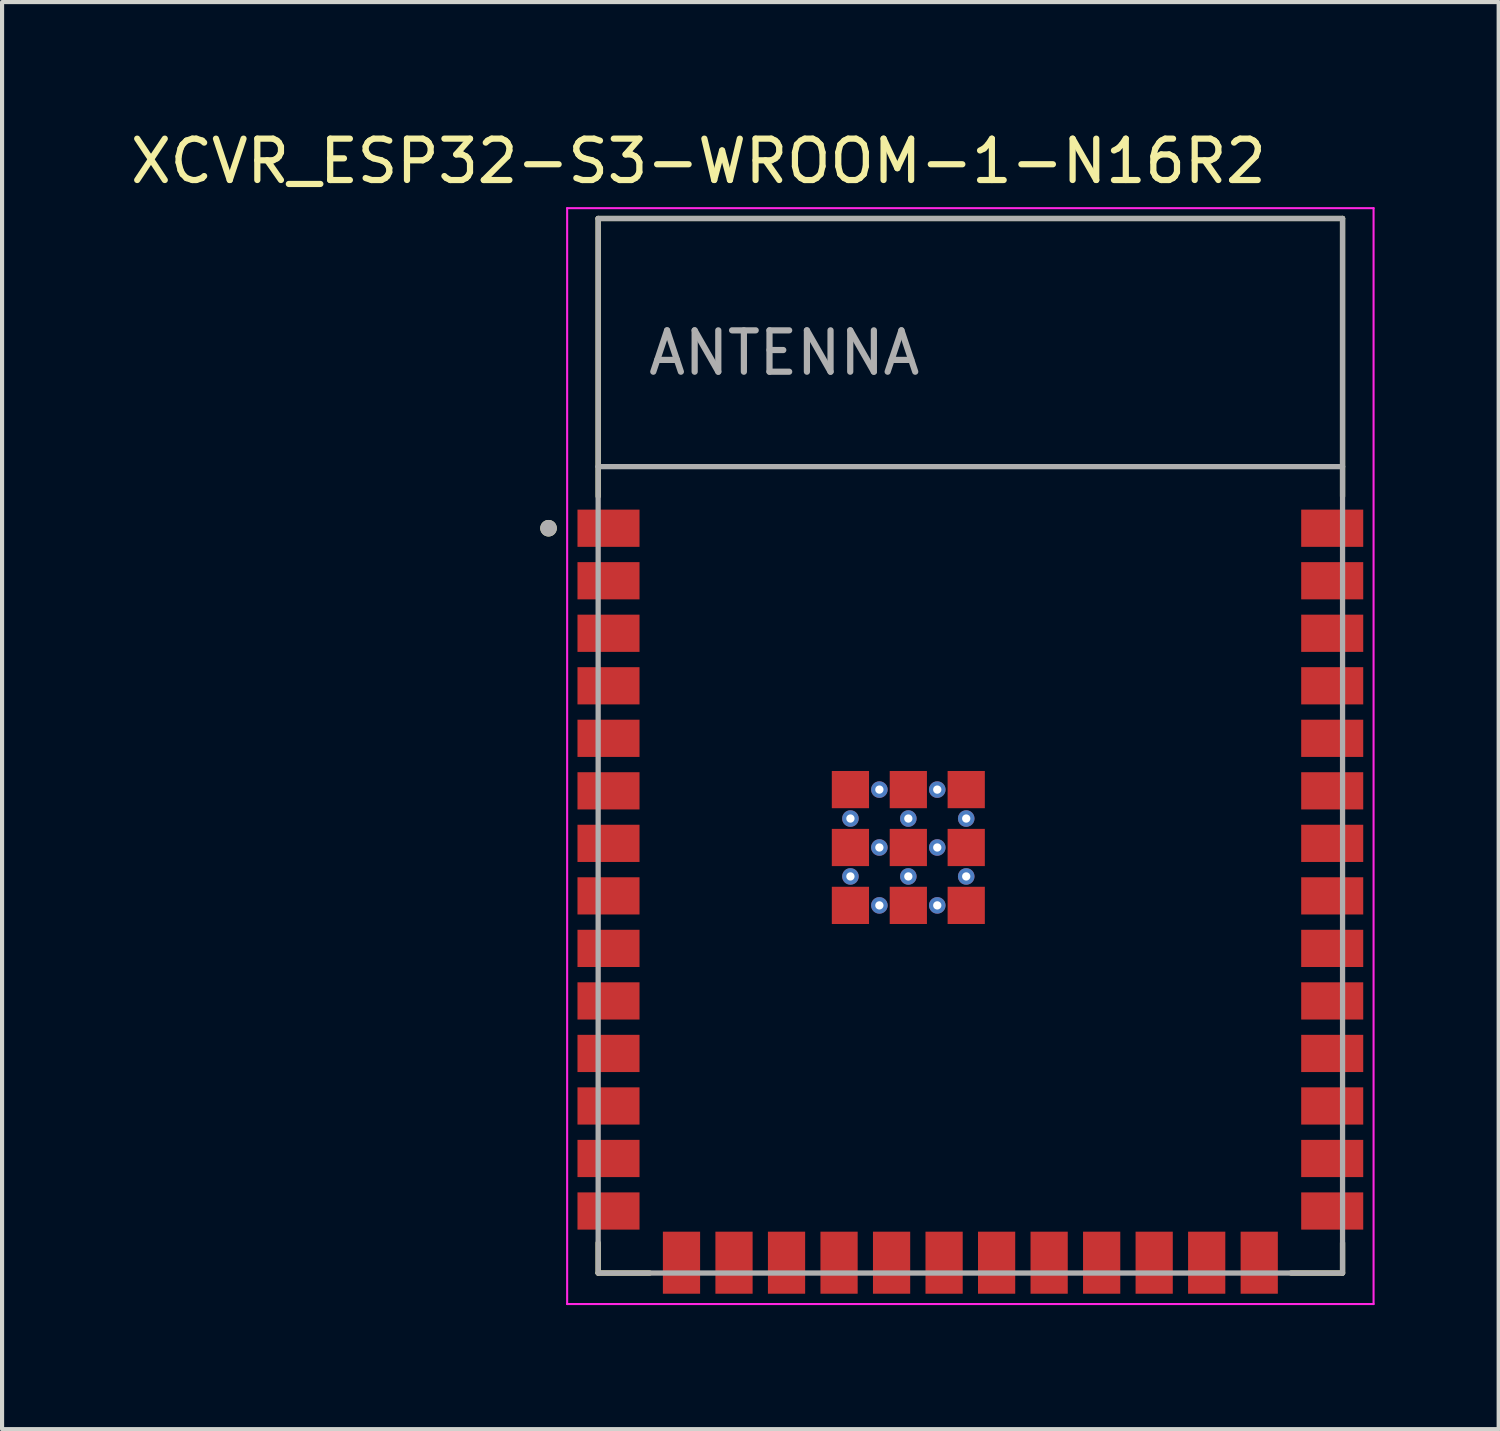
<source format=kicad_pcb>
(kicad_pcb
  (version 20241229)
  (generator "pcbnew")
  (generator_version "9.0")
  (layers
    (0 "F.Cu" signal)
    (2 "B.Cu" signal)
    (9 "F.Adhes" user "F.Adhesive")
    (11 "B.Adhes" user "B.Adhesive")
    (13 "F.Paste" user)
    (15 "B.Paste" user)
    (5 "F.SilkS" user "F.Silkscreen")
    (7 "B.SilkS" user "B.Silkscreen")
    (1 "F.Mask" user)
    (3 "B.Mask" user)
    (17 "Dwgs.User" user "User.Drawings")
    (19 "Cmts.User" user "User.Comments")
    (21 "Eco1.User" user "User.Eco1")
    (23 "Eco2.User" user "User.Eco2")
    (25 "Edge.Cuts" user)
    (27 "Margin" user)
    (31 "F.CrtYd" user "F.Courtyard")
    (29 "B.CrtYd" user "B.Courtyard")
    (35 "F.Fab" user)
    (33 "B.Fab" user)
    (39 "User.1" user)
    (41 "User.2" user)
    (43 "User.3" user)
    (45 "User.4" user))
  (footprint "XCVR_ESP32-S3-WROOM-1-N16R2"
    (layer "F.Cu")
    (at 20.414 14.983)
    (property "Reference" "XCVR_ESP32-S3-WROOM-1-N16R2" (at -6.575 -14.135 0) (layer "F.SilkS") (effects (font (size 1 1) (thickness 0.15))))
    (attr smd)
    (fp_line (start -9 -12.75) (end 9 -12.75) (stroke (width 0.127) (type solid)) (layer "F.SilkS"))
    (fp_line (start -9 -6.03) (end -9 -12.75) (stroke (width 0.127) (type solid)) (layer "F.SilkS"))
    (fp_line (start -9 12.02) (end -9 12.75) (stroke (width 0.127) (type solid)) (layer "F.SilkS"))
    (fp_line (start -9 12.75) (end -7.755 12.75) (stroke (width 0.127) (type solid)) (layer "F.SilkS"))
    (fp_line (start 9 -12.75) (end 9 -6.03) (stroke (width 0.127) (type solid)) (layer "F.SilkS"))
    (fp_line (start 9 12.02) (end 9 12.75) (stroke (width 0.127) (type solid)) (layer "F.SilkS"))
    (fp_line (start 9 12.75) (end 7.755 12.75) (stroke (width 0.127) (type solid)) (layer "F.SilkS"))
    (fp_circle (center -10.2 -5.26) (end -10.1 -5.26) (stroke (width 0.2) (type solid)) (fill no) (layer "F.SilkS"))
    (fp_line (start -9.75 -13) (end 9.75 -13) (stroke (width 0.05) (type solid)) (layer "F.CrtYd"))
    (fp_line (start -9.75 13.5) (end -9.75 -13) (stroke (width 0.05) (type solid)) (layer "F.CrtYd"))
    (fp_line (start -9.75 13.5) (end 9.75 13.5) (stroke (width 0.05) (type solid)) (layer "F.CrtYd"))
    (fp_line (start 9.75 -13) (end 9.75 13.5) (stroke (width 0.05) (type solid)) (layer "F.CrtYd"))
    (fp_line (start -9 -12.75) (end 9 -12.75) (stroke (width 0.127) (type solid)) (layer "F.Fab"))
    (fp_line (start -9 -6.75) (end -9 -12.75) (stroke (width 0.127) (type solid)) (layer "F.Fab"))
    (fp_line (start -9 -6.75) (end 9 -6.75) (stroke (width 0.127) (type solid)) (layer "F.Fab"))
    (fp_line (start -9 12.75) (end -9 -6.75) (stroke (width 0.127) (type solid)) (layer "F.Fab"))
    (fp_line (start 9 -12.75) (end 9 -6.75) (stroke (width 0.127) (type solid)) (layer "F.Fab"))
    (fp_line (start 9 -6.75) (end 9 12.75) (stroke (width 0.127) (type solid)) (layer "F.Fab"))
    (fp_line (start 9 12.75) (end -9 12.75) (stroke (width 0.127) (type solid)) (layer "F.Fab"))
    (fp_circle (center -10.2 -5.26) (end -10.1 -5.26) (stroke (width 0.2) (type solid)) (fill no) (layer "F.Fab"))
    (fp_text user "ANTENNA" (at -4.5 -9.5 0) (layer "F.Fab") (effects (font (size 1 1) (thickness 0.15))))
    (pad "1" smd rect (at -8.75 -5.26) (size 1.5 0.9) (layers "F.Cu" "F.Mask" "F.Paste"))
    (pad "2" smd rect (at -8.75 -3.99) (size 1.5 0.9) (layers "F.Cu" "F.Mask" "F.Paste"))
    (pad "3" smd rect (at -8.75 -2.72) (size 1.5 0.9) (layers "F.Cu" "F.Mask" "F.Paste"))
    (pad "4" smd rect (at -8.75 -1.45) (size 1.5 0.9) (layers "F.Cu" "F.Mask" "F.Paste"))
    (pad "5" smd rect (at -8.75 -0.18) (size 1.5 0.9) (layers "F.Cu" "F.Mask" "F.Paste"))
    (pad "6" smd rect (at -8.75 1.09) (size 1.5 0.9) (layers "F.Cu" "F.Mask" "F.Paste"))
    (pad "7" smd rect (at -8.75 2.36) (size 1.5 0.9) (layers "F.Cu" "F.Mask" "F.Paste"))
    (pad "8" smd rect (at -8.75 3.63) (size 1.5 0.9) (layers "F.Cu" "F.Mask" "F.Paste"))
    (pad "9" smd rect (at -8.75 4.9) (size 1.5 0.9) (layers "F.Cu" "F.Mask" "F.Paste"))
    (pad "10" smd rect (at -8.75 6.17) (size 1.5 0.9) (layers "F.Cu" "F.Mask" "F.Paste"))
    (pad "11" smd rect (at -8.75 7.44) (size 1.5 0.9) (layers "F.Cu" "F.Mask" "F.Paste"))
    (pad "12" smd rect (at -8.75 8.71) (size 1.5 0.9) (layers "F.Cu" "F.Mask" "F.Paste"))
    (pad "13" smd rect (at -8.75 9.98) (size 1.5 0.9) (layers "F.Cu" "F.Mask" "F.Paste"))
    (pad "14" smd rect (at -8.75 11.25) (size 1.5 0.9) (layers "F.Cu" "F.Mask" "F.Paste"))
    (pad "15" smd rect (at -6.985 12.5) (size 0.9 1.5) (layers "F.Cu" "F.Mask" "F.Paste"))
    (pad "16" smd rect (at -5.715 12.5) (size 0.9 1.5) (layers "F.Cu" "F.Mask" "F.Paste"))
    (pad "17" smd rect (at -4.445 12.5) (size 0.9 1.5) (layers "F.Cu" "F.Mask" "F.Paste"))
    (pad "18" smd rect (at -3.175 12.5) (size 0.9 1.5) (layers "F.Cu" "F.Mask" "F.Paste"))
    (pad "19" smd rect (at -1.905 12.5) (size 0.9 1.5) (layers "F.Cu" "F.Mask" "F.Paste"))
    (pad "20" smd rect (at -0.635 12.5) (size 0.9 1.5) (layers "F.Cu" "F.Mask" "F.Paste"))
    (pad "21" smd rect (at 0.635 12.5) (size 0.9 1.5) (layers "F.Cu" "F.Mask" "F.Paste"))
    (pad "22" smd rect (at 1.905 12.5) (size 0.9 1.5) (layers "F.Cu" "F.Mask" "F.Paste"))
    (pad "23" smd rect (at 3.175 12.5) (size 0.9 1.5) (layers "F.Cu" "F.Mask" "F.Paste"))
    (pad "24" smd rect (at 4.445 12.5) (size 0.9 1.5) (layers "F.Cu" "F.Mask" "F.Paste"))
    (pad "25" smd rect (at 5.715 12.5) (size 0.9 1.5) (layers "F.Cu" "F.Mask" "F.Paste"))
    (pad "26" smd rect (at 6.985 12.5) (size 0.9 1.5) (layers "F.Cu" "F.Mask" "F.Paste"))
    (pad "27" smd rect (at 8.75 11.25) (size 1.5 0.9) (layers "F.Cu" "F.Mask" "F.Paste"))
    (pad "28" smd rect (at 8.75 9.98) (size 1.5 0.9) (layers "F.Cu" "F.Mask" "F.Paste"))
    (pad "29" smd rect (at 8.75 8.71) (size 1.5 0.9) (layers "F.Cu" "F.Mask" "F.Paste"))
    (pad "30" smd rect (at 8.75 7.44) (size 1.5 0.9) (layers "F.Cu" "F.Mask" "F.Paste"))
    (pad "31" smd rect (at 8.75 6.17) (size 1.5 0.9) (layers "F.Cu" "F.Mask" "F.Paste"))
    (pad "32" smd rect (at 8.75 4.9) (size 1.5 0.9) (layers "F.Cu" "F.Mask" "F.Paste"))
    (pad "33" smd rect (at 8.75 3.63) (size 1.5 0.9) (layers "F.Cu" "F.Mask" "F.Paste"))
    (pad "34" smd rect (at 8.75 2.36) (size 1.5 0.9) (layers "F.Cu" "F.Mask" "F.Paste"))
    (pad "35" smd rect (at 8.75 1.09) (size 1.5 0.9) (layers "F.Cu" "F.Mask" "F.Paste"))
    (pad "36" smd rect (at 8.75 -0.18) (size 1.5 0.9) (layers "F.Cu" "F.Mask" "F.Paste"))
    (pad "37" smd rect (at 8.75 -1.45) (size 1.5 0.9) (layers "F.Cu" "F.Mask" "F.Paste"))
    (pad "38" smd rect (at 8.75 -2.72) (size 1.5 0.9) (layers "F.Cu" "F.Mask" "F.Paste"))
    (pad "39" smd rect (at 8.75 -3.99) (size 1.5 0.9) (layers "F.Cu" "F.Mask" "F.Paste"))
    (pad "40" smd rect (at 8.75 -5.26) (size 1.5 0.9) (layers "F.Cu" "F.Mask" "F.Paste"))
    (pad "41_1" smd rect (at -1.5 2.46) (size 0.9 0.9) (layers "F.Cu" "F.Mask" "F.Paste"))
    (pad "41_2" smd rect (at -2.9 2.46) (size 0.9 0.9) (layers "F.Cu" "F.Mask" "F.Paste"))
    (pad "41_3" smd rect (at -0.1 2.46) (size 0.9 0.9) (layers "F.Cu" "F.Mask" "F.Paste"))
    (pad "41_4" smd rect (at -2.9 3.86) (size 0.9 0.9) (layers "F.Cu" "F.Mask" "F.Paste"))
    (pad "41_5" smd rect (at -1.5 3.86) (size 0.9 0.9) (layers "F.Cu" "F.Mask" "F.Paste"))
    (pad "41_6" smd rect (at -0.1 3.86) (size 0.9 0.9) (layers "F.Cu" "F.Mask" "F.Paste"))
    (pad "41_7" smd rect (at -2.9 1.06) (size 0.9 0.9) (layers "F.Cu" "F.Mask" "F.Paste"))
    (pad "41_8" smd rect (at -1.5 1.06) (size 0.9 0.9) (layers "F.Cu" "F.Mask" "F.Paste"))
    (pad "41_9" smd rect (at -0.1 1.06) (size 0.9 0.9) (layers "F.Cu" "F.Mask" "F.Paste"))
    (pad "41_10" thru_hole circle (at -1.5 1.76) (size 0.4 0.4) (drill 0.2) (layers "*.Cu"))
    (pad "41_11" thru_hole circle (at -2.9 1.76) (size 0.4 0.4) (drill 0.2) (layers "*.Cu"))
    (pad "41_12" thru_hole circle (at -0.1 1.76) (size 0.4 0.4) (drill 0.2) (layers "*.Cu"))
    (pad "41_13" thru_hole circle (at -2.9 3.16) (size 0.4 0.4) (drill 0.2) (layers "*.Cu"))
    (pad "41_14" thru_hole circle (at -1.5 3.16) (size 0.4 0.4) (drill 0.2) (layers "*.Cu"))
    (pad "41_15" thru_hole circle (at -0.1 3.16) (size 0.4 0.4) (drill 0.2) (layers "*.Cu"))
    (pad "41_16" thru_hole circle (at -2.2 1.06) (size 0.4 0.4) (drill 0.2) (layers "*.Cu"))
    (pad "41_17" thru_hole circle (at -0.8 1.06) (size 0.4 0.4) (drill 0.2) (layers "*.Cu"))
    (pad "41_18" thru_hole circle (at -2.2 2.46) (size 0.4 0.4) (drill 0.2) (layers "*.Cu"))
    (pad "41_19" thru_hole circle (at -0.8 2.46) (size 0.4 0.4) (drill 0.2) (layers "*.Cu"))
    (pad "41_20" thru_hole circle (at -2.2 3.86) (size 0.4 0.4) (drill 0.2) (layers "*.Cu"))
    (pad "41_21" thru_hole circle (at -0.8 3.86) (size 0.4 0.4) (drill 0.2) (layers "*.Cu"))
    (zone (net_name "") (layer "F.Cu") (hatch full 0.508) (connect_pads) (min_thickness 0.01) (filled_areas_thickness no) (keepout (tracks not_allowed) (vias not_allowed) (pads not_allowed) (copperpour not_allowed) (footprints allowed)) (placement (enabled no)) (fill) (polygon (pts (xy 11.414 2.233) (xy 29.414 2.233) (xy 29.414 8.233) (xy 11.414 8.233))))
    (zone (net_name "") (layers "F.Cu" "B.Cu") (hatch full 0.508) (connect_pads) (min_thickness 0.01) (filled_areas_thickness no) (keepout (tracks allowed) (vias not_allowed) (pads allowed) (copperpour allowed) (footprints allowed)) (placement (enabled no)) (fill) (polygon (pts (xy 11.414 2.233) (xy 29.414 2.233) (xy 29.414 8.233) (xy 11.414 8.233))))
    (zone (net_name "") (layer "B.Cu") (hatch full 0.508) (connect_pads) (min_thickness 0.01) (filled_areas_thickness no) (keepout (tracks not_allowed) (vias not_allowed) (pads not_allowed) (copperpour not_allowed) (footprints allowed)) (placement (enabled no)) (fill) (polygon (pts (xy 11.414 2.233) (xy 29.414 2.233) (xy 29.414 8.233) (xy 11.414 8.233)))))
  (gr_rect
    (start -3 -3)
    (end 33.189 31.508)
    (stroke (width 0.1) (type default))
    (fill no)
    (layer "Edge.Cuts")))
</source>
